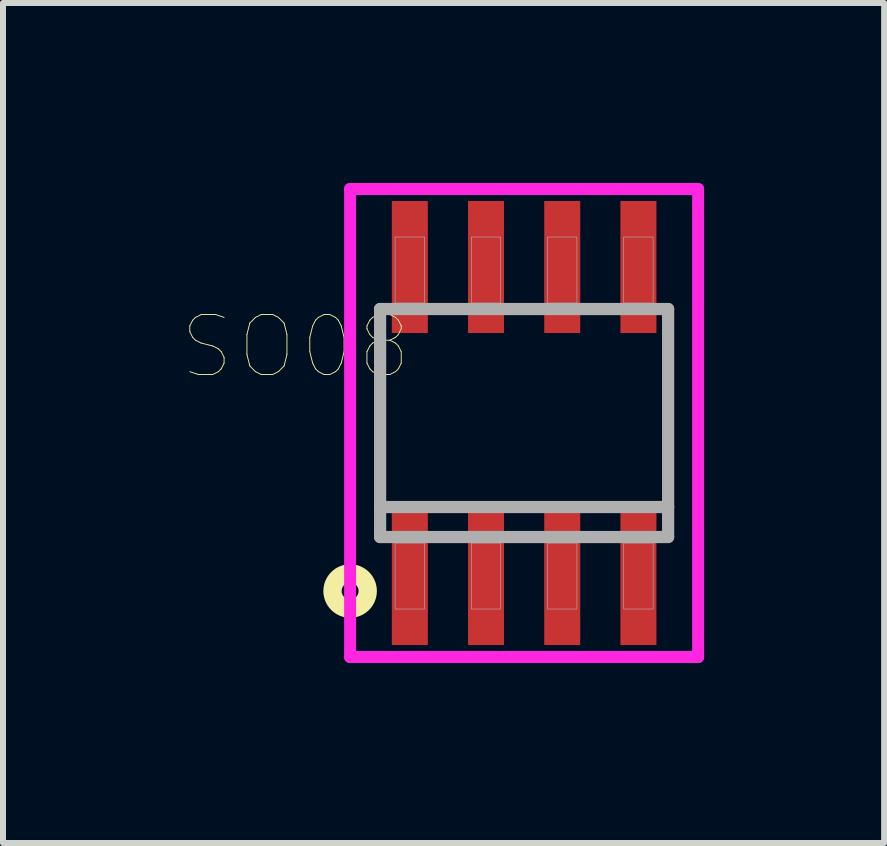
<source format=kicad_pcb>
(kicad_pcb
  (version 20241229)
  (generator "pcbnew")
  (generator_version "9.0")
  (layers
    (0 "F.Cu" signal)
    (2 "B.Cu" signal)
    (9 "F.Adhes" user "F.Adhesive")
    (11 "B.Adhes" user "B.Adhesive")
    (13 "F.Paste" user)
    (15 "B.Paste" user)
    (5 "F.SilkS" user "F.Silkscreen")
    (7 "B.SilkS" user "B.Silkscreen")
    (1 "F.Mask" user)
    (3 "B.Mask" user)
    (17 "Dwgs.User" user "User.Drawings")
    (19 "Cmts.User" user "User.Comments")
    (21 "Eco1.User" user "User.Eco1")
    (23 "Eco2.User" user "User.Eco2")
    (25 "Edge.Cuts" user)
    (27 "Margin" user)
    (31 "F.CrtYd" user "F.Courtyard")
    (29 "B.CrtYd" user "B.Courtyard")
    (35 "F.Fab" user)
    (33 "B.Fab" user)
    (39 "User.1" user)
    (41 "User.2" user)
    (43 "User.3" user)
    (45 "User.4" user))
  (footprint "SO08"
    (layer "F.Cu")
    (at 5.685 4)
    (property "Reference" "SO08" (at -3.81 -1.27 180) (layer "F.SilkS") (effects (font (size 1 1) (thickness 0.015))))
    (attr through_hole)
    (fp_circle (center -2.9 2.8) (end -2.759 2.8) (stroke (width 0.305) (type solid)) (fill no) (layer "F.SilkS"))
    (fp_line (start -2.9 -3.9) (end 2.9 -3.9) (stroke (width 0.2) (type solid)) (layer "F.CrtYd"))
    (fp_line (start -2.9 3.9) (end -2.9 -3.9) (stroke (width 0.2) (type solid)) (layer "F.CrtYd"))
    (fp_line (start 2.9 -3.9) (end 2.9 3.9) (stroke (width 0.2) (type solid)) (layer "F.CrtYd"))
    (fp_line (start 2.9 3.9) (end -2.9 3.9) (stroke (width 0.2) (type solid)) (layer "F.CrtYd"))
    (fp_line (start -2.4 -1.9) (end 2.4 -1.9) (stroke (width 0.203) (type solid)) (layer "F.Fab"))
    (fp_line (start -2.4 1.4) (end -2.4 -1.9) (stroke (width 0.203) (type solid)) (layer "F.Fab"))
    (fp_line (start -2.4 1.9) (end -2.4 1.4) (stroke (width 0.203) (type solid)) (layer "F.Fab"))
    (fp_line (start 2.4 -1.9) (end 2.4 1.4) (stroke (width 0.203) (type solid)) (layer "F.Fab"))
    (fp_line (start 2.4 1.4) (end -2.4 1.4) (stroke (width 0.203) (type solid)) (layer "F.Fab"))
    (fp_line (start 2.4 1.4) (end 2.4 1.9) (stroke (width 0.203) (type solid)) (layer "F.Fab"))
    (fp_line (start 2.4 1.9) (end -2.4 1.9) (stroke (width 0.203) (type solid)) (layer "F.Fab"))
    (fp_poly (pts (xy -2.15 -3.1) (xy -1.66 -3.1) (xy -1.66 -2) (xy -2.15 -2)) (stroke (width 0.01) (type solid)) (fill no) (layer "F.Fab"))
    (fp_poly (pts (xy -2.15 2) (xy -1.66 2) (xy -1.66 3.1) (xy -2.15 3.1)) (stroke (width 0.01) (type solid)) (fill no) (layer "F.Fab"))
    (fp_poly (pts (xy -0.88 -3.1) (xy -0.39 -3.1) (xy -0.39 -2) (xy -0.88 -2)) (stroke (width 0.01) (type solid)) (fill no) (layer "F.Fab"))
    (fp_poly (pts (xy -0.88 2) (xy -0.39 2) (xy -0.39 3.1) (xy -0.88 3.1)) (stroke (width 0.01) (type solid)) (fill no) (layer "F.Fab"))
    (fp_poly (pts (xy 0.39 -3.1) (xy 0.88 -3.1) (xy 0.88 -2) (xy 0.39 -2)) (stroke (width 0.01) (type solid)) (fill no) (layer "F.Fab"))
    (fp_poly (pts (xy 0.39 2) (xy 0.88 2) (xy 0.88 3.1) (xy 0.39 3.1)) (stroke (width 0.01) (type solid)) (fill no) (layer "F.Fab"))
    (fp_poly (pts (xy 1.66 -3.1) (xy 2.15 -3.1) (xy 2.15 -2) (xy 1.66 -2)) (stroke (width 0.01) (type solid)) (fill no) (layer "F.Fab"))
    (fp_poly (pts (xy 1.66 2) (xy 2.15 2) (xy 2.15 3.1) (xy 1.66 3.1)) (stroke (width 0.01) (type solid)) (fill no) (layer "F.Fab"))
    (pad "1" smd rect (at -1.905 2.6) (size 0.6 2.2) (layers "F.Cu" "F.Mask" "F.Paste"))
    (pad "2" smd rect (at -0.635 2.6) (size 0.6 2.2) (layers "F.Cu" "F.Mask" "F.Paste"))
    (pad "3" smd rect (at 0.635 2.6) (size 0.6 2.2) (layers "F.Cu" "F.Mask" "F.Paste"))
    (pad "4" smd rect (at 1.905 2.6) (size 0.6 2.2) (layers "F.Cu" "F.Mask" "F.Paste"))
    (pad "5" smd rect (at 1.905 -2.6) (size 0.6 2.2) (layers "F.Cu" "F.Mask" "F.Paste"))
    (pad "6" smd rect (at 0.635 -2.6) (size 0.6 2.2) (layers "F.Cu" "F.Mask" "F.Paste"))
    (pad "7" smd rect (at -0.635 -2.6) (size 0.6 2.2) (layers "F.Cu" "F.Mask" "F.Paste"))
    (pad "8" smd rect (at -1.905 -2.6) (size 0.6 2.2) (layers "F.Cu" "F.Mask" "F.Paste")))
  (gr_rect
    (start -3 -3)
    (end 11.685 11)
    (stroke (width 0.1) (type default))
    (fill no)
    (layer "Edge.Cuts")))
</source>
